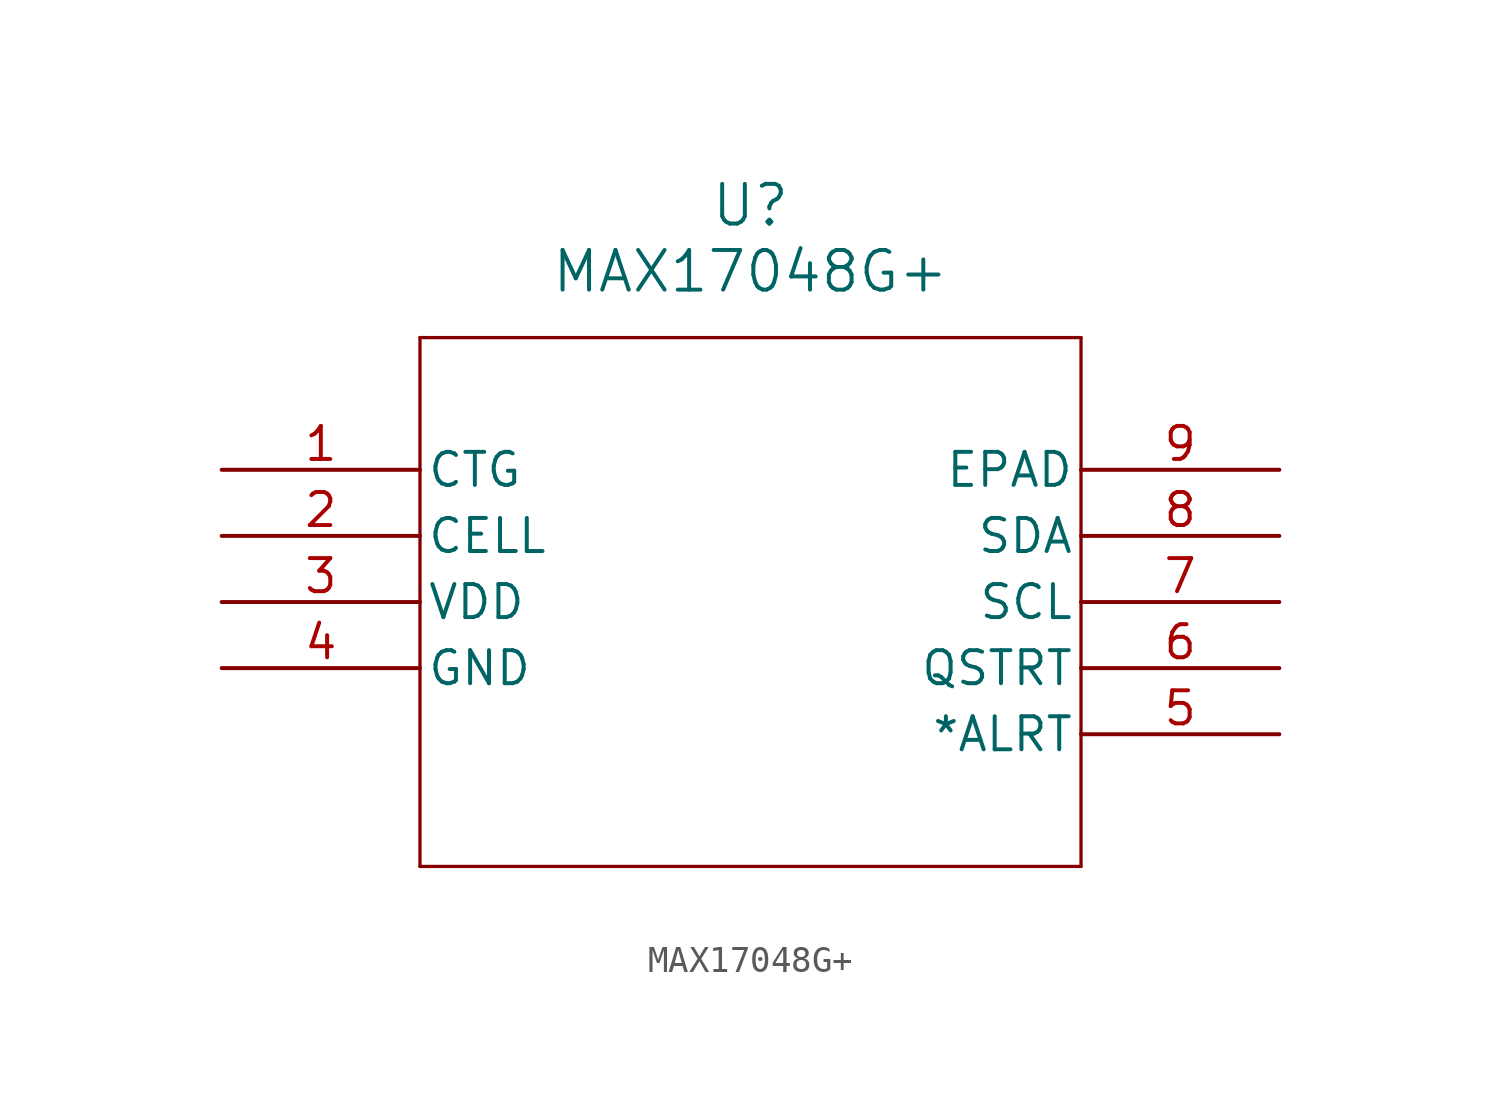
<source format=kicad_sym>
(kicad_symbol_lib
  (version 20211014)
  (generator kicad_symbol_editor)
  (symbol "MAX17048G+"
    (pin_names
      (offset 0.254))
    (property "Reference" "U"
      (at 20.32 10.16 0)
      (effects (font (size 1.524 1.524))))
    (property "Value" "MAX17048G+"
      (at 20.32 7.62 0)
      (effects (font (size 1.524 1.524))))
    (symbol "MAX17048G+_0_1"
      (polyline (pts (xy 7.62 5.08) (xy 7.62 -15.24)) (stroke (width 0.127) (type default) (color 0 0 0 0)) (fill (type none)))
      (polyline (pts (xy 7.62 -15.24) (xy 33.02 -15.24)) (stroke (width 0.127) (type default) (color 0 0 0 0)) (fill (type none)))
      (polyline (pts (xy 33.02 -15.24) (xy 33.02 5.08)) (stroke (width 0.127) (type default) (color 0 0 0 0)) (fill (type none)))
      (polyline (pts (xy 33.02 5.08) (xy 7.62 5.08)) (stroke (width 0.127) (type default) (color 0 0 0 0)) (fill (type none)))
      (pin unspecified line (at 0 0 0) (length 7.62) (name "CTG" (effects (font (size 1.27 1.27)))) (number "1" (effects (font (size 1.27 1.27)))))
      (pin unspecified line (at 0 -2.54 0) (length 7.62) (name "CELL" (effects (font (size 1.27 1.27)))) (number "2" (effects (font (size 1.27 1.27)))))
      (pin power_in line (at 0 -5.08 0) (length 7.62) (name "VDD" (effects (font (size 1.27 1.27)))) (number "3" (effects (font (size 1.27 1.27)))))
      (pin power_in line (at 0 -7.62 0) (length 7.62) (name "GND" (effects (font (size 1.27 1.27)))) (number "4" (effects (font (size 1.27 1.27)))))
      (pin output line (at 40.64 -10.16 180) (length 7.62) (name "*ALRT" (effects (font (size 1.27 1.27)))) (number "5" (effects (font (size 1.27 1.27)))))
      (pin input line (at 40.64 -7.62 180) (length 7.62) (name "QSTRT" (effects (font (size 1.27 1.27)))) (number "6" (effects (font (size 1.27 1.27)))))
      (pin input line (at 40.64 -5.08 180) (length 7.62) (name "SCL" (effects (font (size 1.27 1.27)))) (number "7" (effects (font (size 1.27 1.27)))))
      (pin bidirectional line (at 40.64 -2.54 180) (length 7.62) (name "SDA" (effects (font (size 1.27 1.27)))) (number "8" (effects (font (size 1.27 1.27)))))
      (pin unspecified line (at 40.64 0 180) (length 7.62) (name "EPAD" (effects (font (size 1.27 1.27)))) (number "9" (effects (font (size 1.27 1.27))))))))
</source>
